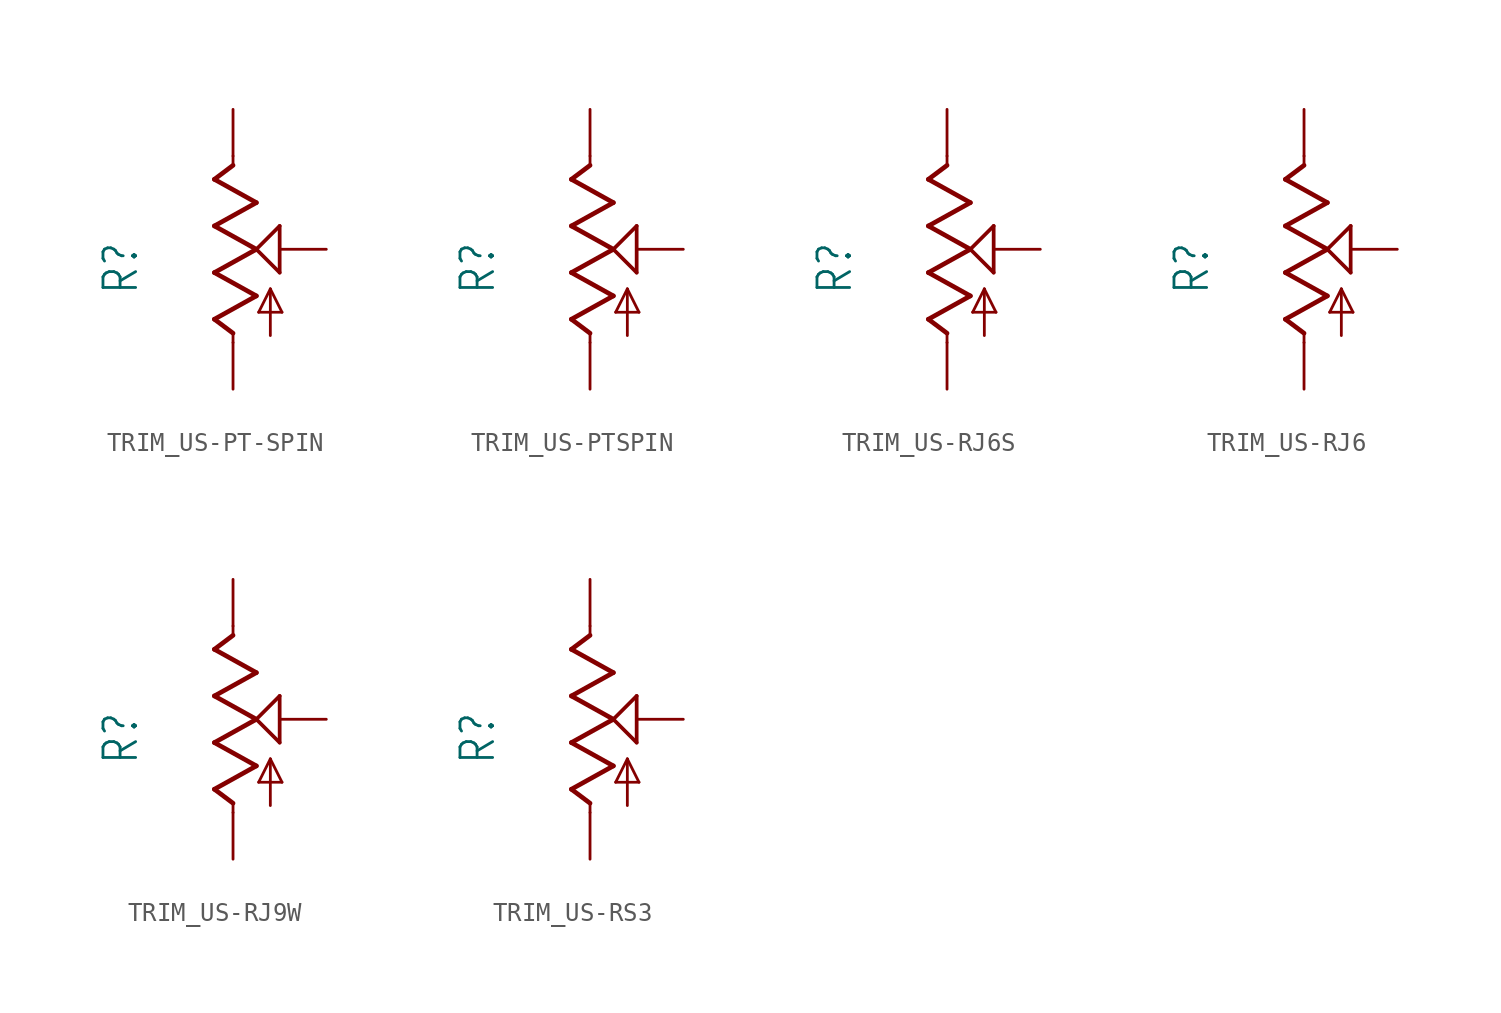
<source format=kicad_sym>
(kicad_symbol_lib
  (version 20231120)
  (generator "kicad_symbol_editor")
  (generator_version "8.0")
  (symbol "TRIM_US-PT-SPIN"
    (property "Reference" "R"
      (at -5.08 -2.54 90)
      (effects (font (size 1.778 1.511)) (justify left bottom)))
    (property "Value" ""
      (at -2.54 -2.54 90)
      (effects (font (size 1.778 1.511)) (justify left bottom)))
    (property "ki_locked" ""
      (at 0 0 0)
      (effects (font (size 1.27 1.27))))
    (symbol "TRIM_US-PT-SPIN_1_0"
      (polyline (pts (xy -1.016 -3.81) (xy 1.27 -2.54)) (stroke (width 0.254) (type solid)) (fill (type none)))
      (polyline (pts (xy -1.016 -1.27) (xy 1.27 0)) (stroke (width 0.254) (type solid)) (fill (type none)))
      (polyline (pts (xy -1.016 1.27) (xy 1.27 2.54)) (stroke (width 0.254) (type solid)) (fill (type none)))
      (polyline (pts (xy -1.016 3.81) (xy 0 4.572)) (stroke (width 0.254) (type solid)) (fill (type none)))
      (polyline (pts (xy 0 -5.08) (xy 0 -4.572)) (stroke (width 0.152) (type solid)) (fill (type none)))
      (polyline (pts (xy 0 -4.572) (xy -1.016 -3.81)) (stroke (width 0.254) (type solid)) (fill (type none)))
      (polyline (pts (xy 0 4.572) (xy 0 5.08)) (stroke (width 0.152) (type solid)) (fill (type none)))
      (polyline (pts (xy 1.27 -2.54) (xy -1.016 -1.27)) (stroke (width 0.254) (type solid)) (fill (type none)))
      (polyline (pts (xy 1.27 0) (xy -1.016 1.27)) (stroke (width 0.254) (type solid)) (fill (type none)))
      (polyline (pts (xy 1.27 0) (xy 2.54 1.27)) (stroke (width 0.203) (type solid)) (fill (type none)))
      (polyline (pts (xy 1.27 2.54) (xy -1.016 3.81)) (stroke (width 0.254) (type solid)) (fill (type none)))
      (polyline (pts (xy 1.397 -3.429) (xy 2.032 -2.159)) (stroke (width 0.152) (type solid)) (fill (type none)))
      (polyline (pts (xy 2.032 -4.699) (xy 2.032 -2.159)) (stroke (width 0.152) (type solid)) (fill (type none)))
      (polyline (pts (xy 2.032 -2.159) (xy 2.667 -3.429)) (stroke (width 0.152) (type solid)) (fill (type none)))
      (polyline (pts (xy 2.54 -1.27) (xy 1.27 0)) (stroke (width 0.203) (type solid)) (fill (type none)))
      (polyline (pts (xy 2.54 1.27) (xy 2.54 -1.27)) (stroke (width 0.203) (type solid)) (fill (type none)))
      (polyline (pts (xy 2.667 -3.429) (xy 1.397 -3.429)) (stroke (width 0.152) (type solid)) (fill (type none)))
      (pin passive line (at 0 -7.62 90) (length 2.54) (name "A" (effects (font (size 0 0)))) (number "A" (effects (font (size 0 0)))))
      (pin passive line (at 0 7.62 270) (length 2.54) (name "E" (effects (font (size 0 0)))) (number "E" (effects (font (size 0 0)))))
      (pin passive line (at 5.08 0 180) (length 2.54) (name "S" (effects (font (size 0 0)))) (number "S" (effects (font (size 0 0)))))))
  (symbol "TRIM_US-PTSPIN"
    (property "Reference" "R"
      (at -5.08 -2.54 90)
      (effects (font (size 1.778 1.511)) (justify left bottom)))
    (property "Value" ""
      (at -2.54 -2.54 90)
      (effects (font (size 1.778 1.511)) (justify left bottom)))
    (property "ki_locked" ""
      (at 0 0 0)
      (effects (font (size 1.27 1.27))))
    (symbol "TRIM_US-PTSPIN_1_0"
      (polyline (pts (xy -1.016 -3.81) (xy 1.27 -2.54)) (stroke (width 0.254) (type solid)) (fill (type none)))
      (polyline (pts (xy -1.016 -1.27) (xy 1.27 0)) (stroke (width 0.254) (type solid)) (fill (type none)))
      (polyline (pts (xy -1.016 1.27) (xy 1.27 2.54)) (stroke (width 0.254) (type solid)) (fill (type none)))
      (polyline (pts (xy -1.016 3.81) (xy 0 4.572)) (stroke (width 0.254) (type solid)) (fill (type none)))
      (polyline (pts (xy 0 -5.08) (xy 0 -4.572)) (stroke (width 0.152) (type solid)) (fill (type none)))
      (polyline (pts (xy 0 -4.572) (xy -1.016 -3.81)) (stroke (width 0.254) (type solid)) (fill (type none)))
      (polyline (pts (xy 0 4.572) (xy 0 5.08)) (stroke (width 0.152) (type solid)) (fill (type none)))
      (polyline (pts (xy 1.27 -2.54) (xy -1.016 -1.27)) (stroke (width 0.254) (type solid)) (fill (type none)))
      (polyline (pts (xy 1.27 0) (xy -1.016 1.27)) (stroke (width 0.254) (type solid)) (fill (type none)))
      (polyline (pts (xy 1.27 0) (xy 2.54 1.27)) (stroke (width 0.203) (type solid)) (fill (type none)))
      (polyline (pts (xy 1.27 2.54) (xy -1.016 3.81)) (stroke (width 0.254) (type solid)) (fill (type none)))
      (polyline (pts (xy 1.397 -3.429) (xy 2.032 -2.159)) (stroke (width 0.152) (type solid)) (fill (type none)))
      (polyline (pts (xy 2.032 -4.699) (xy 2.032 -2.159)) (stroke (width 0.152) (type solid)) (fill (type none)))
      (polyline (pts (xy 2.032 -2.159) (xy 2.667 -3.429)) (stroke (width 0.152) (type solid)) (fill (type none)))
      (polyline (pts (xy 2.54 -1.27) (xy 1.27 0)) (stroke (width 0.203) (type solid)) (fill (type none)))
      (polyline (pts (xy 2.54 1.27) (xy 2.54 -1.27)) (stroke (width 0.203) (type solid)) (fill (type none)))
      (polyline (pts (xy 2.667 -3.429) (xy 1.397 -3.429)) (stroke (width 0.152) (type solid)) (fill (type none)))
      (pin passive line (at 0 -7.62 90) (length 2.54) (name "A" (effects (font (size 0 0)))) (number "A" (effects (font (size 0 0)))))
      (pin passive line (at 0 7.62 270) (length 2.54) (name "E" (effects (font (size 0 0)))) (number "E" (effects (font (size 0 0)))))
      (pin passive line (at 5.08 0 180) (length 2.54) (name "S" (effects (font (size 0 0)))) (number "S" (effects (font (size 0 0)))))))
  (symbol "TRIM_US-RJ6S"
    (property "Reference" "R"
      (at -5.08 -2.54 90)
      (effects (font (size 1.778 1.511)) (justify left bottom)))
    (property "Value" ""
      (at -2.54 -2.54 90)
      (effects (font (size 1.778 1.511)) (justify left bottom)))
    (property "ki_locked" ""
      (at 0 0 0)
      (effects (font (size 1.27 1.27))))
    (symbol "TRIM_US-RJ6S_1_0"
      (polyline (pts (xy -1.016 -3.81) (xy 1.27 -2.54)) (stroke (width 0.254) (type solid)) (fill (type none)))
      (polyline (pts (xy -1.016 -1.27) (xy 1.27 0)) (stroke (width 0.254) (type solid)) (fill (type none)))
      (polyline (pts (xy -1.016 1.27) (xy 1.27 2.54)) (stroke (width 0.254) (type solid)) (fill (type none)))
      (polyline (pts (xy -1.016 3.81) (xy 0 4.572)) (stroke (width 0.254) (type solid)) (fill (type none)))
      (polyline (pts (xy 0 -5.08) (xy 0 -4.572)) (stroke (width 0.152) (type solid)) (fill (type none)))
      (polyline (pts (xy 0 -4.572) (xy -1.016 -3.81)) (stroke (width 0.254) (type solid)) (fill (type none)))
      (polyline (pts (xy 0 4.572) (xy 0 5.08)) (stroke (width 0.152) (type solid)) (fill (type none)))
      (polyline (pts (xy 1.27 -2.54) (xy -1.016 -1.27)) (stroke (width 0.254) (type solid)) (fill (type none)))
      (polyline (pts (xy 1.27 0) (xy -1.016 1.27)) (stroke (width 0.254) (type solid)) (fill (type none)))
      (polyline (pts (xy 1.27 0) (xy 2.54 1.27)) (stroke (width 0.203) (type solid)) (fill (type none)))
      (polyline (pts (xy 1.27 2.54) (xy -1.016 3.81)) (stroke (width 0.254) (type solid)) (fill (type none)))
      (polyline (pts (xy 1.397 -3.429) (xy 2.032 -2.159)) (stroke (width 0.152) (type solid)) (fill (type none)))
      (polyline (pts (xy 2.032 -4.699) (xy 2.032 -2.159)) (stroke (width 0.152) (type solid)) (fill (type none)))
      (polyline (pts (xy 2.032 -2.159) (xy 2.667 -3.429)) (stroke (width 0.152) (type solid)) (fill (type none)))
      (polyline (pts (xy 2.54 -1.27) (xy 1.27 0)) (stroke (width 0.203) (type solid)) (fill (type none)))
      (polyline (pts (xy 2.54 1.27) (xy 2.54 -1.27)) (stroke (width 0.203) (type solid)) (fill (type none)))
      (polyline (pts (xy 2.667 -3.429) (xy 1.397 -3.429)) (stroke (width 0.152) (type solid)) (fill (type none)))
      (pin passive line (at 0 -7.62 90) (length 2.54) (name "A" (effects (font (size 0 0)))) (number "A" (effects (font (size 0 0)))))
      (pin passive line (at 0 7.62 270) (length 2.54) (name "E" (effects (font (size 0 0)))) (number "E" (effects (font (size 0 0)))))
      (pin passive line (at 5.08 0 180) (length 2.54) (name "S" (effects (font (size 0 0)))) (number "S" (effects (font (size 0 0)))))))
  (symbol "TRIM_US-RJ6"
    (property "Reference" "R"
      (at -5.08 -2.54 90)
      (effects (font (size 1.778 1.511)) (justify left bottom)))
    (property "Value" ""
      (at -2.54 -2.54 90)
      (effects (font (size 1.778 1.511)) (justify left bottom)))
    (property "ki_locked" ""
      (at 0 0 0)
      (effects (font (size 1.27 1.27))))
    (symbol "TRIM_US-RJ6_1_0"
      (polyline (pts (xy -1.016 -3.81) (xy 1.27 -2.54)) (stroke (width 0.254) (type solid)) (fill (type none)))
      (polyline (pts (xy -1.016 -1.27) (xy 1.27 0)) (stroke (width 0.254) (type solid)) (fill (type none)))
      (polyline (pts (xy -1.016 1.27) (xy 1.27 2.54)) (stroke (width 0.254) (type solid)) (fill (type none)))
      (polyline (pts (xy -1.016 3.81) (xy 0 4.572)) (stroke (width 0.254) (type solid)) (fill (type none)))
      (polyline (pts (xy 0 -5.08) (xy 0 -4.572)) (stroke (width 0.152) (type solid)) (fill (type none)))
      (polyline (pts (xy 0 -4.572) (xy -1.016 -3.81)) (stroke (width 0.254) (type solid)) (fill (type none)))
      (polyline (pts (xy 0 4.572) (xy 0 5.08)) (stroke (width 0.152) (type solid)) (fill (type none)))
      (polyline (pts (xy 1.27 -2.54) (xy -1.016 -1.27)) (stroke (width 0.254) (type solid)) (fill (type none)))
      (polyline (pts (xy 1.27 0) (xy -1.016 1.27)) (stroke (width 0.254) (type solid)) (fill (type none)))
      (polyline (pts (xy 1.27 0) (xy 2.54 1.27)) (stroke (width 0.203) (type solid)) (fill (type none)))
      (polyline (pts (xy 1.27 2.54) (xy -1.016 3.81)) (stroke (width 0.254) (type solid)) (fill (type none)))
      (polyline (pts (xy 1.397 -3.429) (xy 2.032 -2.159)) (stroke (width 0.152) (type solid)) (fill (type none)))
      (polyline (pts (xy 2.032 -4.699) (xy 2.032 -2.159)) (stroke (width 0.152) (type solid)) (fill (type none)))
      (polyline (pts (xy 2.032 -2.159) (xy 2.667 -3.429)) (stroke (width 0.152) (type solid)) (fill (type none)))
      (polyline (pts (xy 2.54 -1.27) (xy 1.27 0)) (stroke (width 0.203) (type solid)) (fill (type none)))
      (polyline (pts (xy 2.54 1.27) (xy 2.54 -1.27)) (stroke (width 0.203) (type solid)) (fill (type none)))
      (polyline (pts (xy 2.667 -3.429) (xy 1.397 -3.429)) (stroke (width 0.152) (type solid)) (fill (type none)))
      (pin passive line (at 0 -7.62 90) (length 2.54) (name "A" (effects (font (size 0 0)))) (number "A" (effects (font (size 0 0)))))
      (pin passive line (at 0 7.62 270) (length 2.54) (name "E" (effects (font (size 0 0)))) (number "E" (effects (font (size 0 0)))))
      (pin passive line (at 5.08 0 180) (length 2.54) (name "S" (effects (font (size 0 0)))) (number "S" (effects (font (size 0 0)))))))
  (symbol "TRIM_US-RJ9W"
    (property "Reference" "R"
      (at -5.08 -2.54 90)
      (effects (font (size 1.778 1.511)) (justify left bottom)))
    (property "Value" ""
      (at -2.54 -2.54 90)
      (effects (font (size 1.778 1.511)) (justify left bottom)))
    (property "ki_locked" ""
      (at 0 0 0)
      (effects (font (size 1.27 1.27))))
    (symbol "TRIM_US-RJ9W_1_0"
      (polyline (pts (xy -1.016 -3.81) (xy 1.27 -2.54)) (stroke (width 0.254) (type solid)) (fill (type none)))
      (polyline (pts (xy -1.016 -1.27) (xy 1.27 0)) (stroke (width 0.254) (type solid)) (fill (type none)))
      (polyline (pts (xy -1.016 1.27) (xy 1.27 2.54)) (stroke (width 0.254) (type solid)) (fill (type none)))
      (polyline (pts (xy -1.016 3.81) (xy 0 4.572)) (stroke (width 0.254) (type solid)) (fill (type none)))
      (polyline (pts (xy 0 -5.08) (xy 0 -4.572)) (stroke (width 0.152) (type solid)) (fill (type none)))
      (polyline (pts (xy 0 -4.572) (xy -1.016 -3.81)) (stroke (width 0.254) (type solid)) (fill (type none)))
      (polyline (pts (xy 0 4.572) (xy 0 5.08)) (stroke (width 0.152) (type solid)) (fill (type none)))
      (polyline (pts (xy 1.27 -2.54) (xy -1.016 -1.27)) (stroke (width 0.254) (type solid)) (fill (type none)))
      (polyline (pts (xy 1.27 0) (xy -1.016 1.27)) (stroke (width 0.254) (type solid)) (fill (type none)))
      (polyline (pts (xy 1.27 0) (xy 2.54 1.27)) (stroke (width 0.203) (type solid)) (fill (type none)))
      (polyline (pts (xy 1.27 2.54) (xy -1.016 3.81)) (stroke (width 0.254) (type solid)) (fill (type none)))
      (polyline (pts (xy 1.397 -3.429) (xy 2.032 -2.159)) (stroke (width 0.152) (type solid)) (fill (type none)))
      (polyline (pts (xy 2.032 -4.699) (xy 2.032 -2.159)) (stroke (width 0.152) (type solid)) (fill (type none)))
      (polyline (pts (xy 2.032 -2.159) (xy 2.667 -3.429)) (stroke (width 0.152) (type solid)) (fill (type none)))
      (polyline (pts (xy 2.54 -1.27) (xy 1.27 0)) (stroke (width 0.203) (type solid)) (fill (type none)))
      (polyline (pts (xy 2.54 1.27) (xy 2.54 -1.27)) (stroke (width 0.203) (type solid)) (fill (type none)))
      (polyline (pts (xy 2.667 -3.429) (xy 1.397 -3.429)) (stroke (width 0.152) (type solid)) (fill (type none)))
      (pin passive line (at 0 -7.62 90) (length 2.54) (name "A" (effects (font (size 0 0)))) (number "A" (effects (font (size 0 0)))))
      (pin passive line (at 0 7.62 270) (length 2.54) (name "E" (effects (font (size 0 0)))) (number "E" (effects (font (size 0 0)))))
      (pin passive line (at 5.08 0 180) (length 2.54) (name "S" (effects (font (size 0 0)))) (number "S" (effects (font (size 0 0)))))))
  (symbol "TRIM_US-RS3"
    (property "Reference" "R"
      (at -5.08 -2.54 90)
      (effects (font (size 1.778 1.511)) (justify left bottom)))
    (property "Value" ""
      (at -2.54 -2.54 90)
      (effects (font (size 1.778 1.511)) (justify left bottom)))
    (property "ki_locked" ""
      (at 0 0 0)
      (effects (font (size 1.27 1.27))))
    (symbol "TRIM_US-RS3_1_0"
      (polyline (pts (xy -1.016 -3.81) (xy 1.27 -2.54)) (stroke (width 0.254) (type solid)) (fill (type none)))
      (polyline (pts (xy -1.016 -1.27) (xy 1.27 0)) (stroke (width 0.254) (type solid)) (fill (type none)))
      (polyline (pts (xy -1.016 1.27) (xy 1.27 2.54)) (stroke (width 0.254) (type solid)) (fill (type none)))
      (polyline (pts (xy -1.016 3.81) (xy 0 4.572)) (stroke (width 0.254) (type solid)) (fill (type none)))
      (polyline (pts (xy 0 -5.08) (xy 0 -4.572)) (stroke (width 0.152) (type solid)) (fill (type none)))
      (polyline (pts (xy 0 -4.572) (xy -1.016 -3.81)) (stroke (width 0.254) (type solid)) (fill (type none)))
      (polyline (pts (xy 0 4.572) (xy 0 5.08)) (stroke (width 0.152) (type solid)) (fill (type none)))
      (polyline (pts (xy 1.27 -2.54) (xy -1.016 -1.27)) (stroke (width 0.254) (type solid)) (fill (type none)))
      (polyline (pts (xy 1.27 0) (xy -1.016 1.27)) (stroke (width 0.254) (type solid)) (fill (type none)))
      (polyline (pts (xy 1.27 0) (xy 2.54 1.27)) (stroke (width 0.203) (type solid)) (fill (type none)))
      (polyline (pts (xy 1.27 2.54) (xy -1.016 3.81)) (stroke (width 0.254) (type solid)) (fill (type none)))
      (polyline (pts (xy 1.397 -3.429) (xy 2.032 -2.159)) (stroke (width 0.152) (type solid)) (fill (type none)))
      (polyline (pts (xy 2.032 -4.699) (xy 2.032 -2.159)) (stroke (width 0.152) (type solid)) (fill (type none)))
      (polyline (pts (xy 2.032 -2.159) (xy 2.667 -3.429)) (stroke (width 0.152) (type solid)) (fill (type none)))
      (polyline (pts (xy 2.54 -1.27) (xy 1.27 0)) (stroke (width 0.203) (type solid)) (fill (type none)))
      (polyline (pts (xy 2.54 1.27) (xy 2.54 -1.27)) (stroke (width 0.203) (type solid)) (fill (type none)))
      (polyline (pts (xy 2.667 -3.429) (xy 1.397 -3.429)) (stroke (width 0.152) (type solid)) (fill (type none)))
      (pin passive line (at 0 -7.62 90) (length 2.54) (name "A" (effects (font (size 0 0)))) (number "A" (effects (font (size 0 0)))))
      (pin passive line (at 0 7.62 270) (length 2.54) (name "E" (effects (font (size 0 0)))) (number "E" (effects (font (size 0 0)))))
      (pin passive line (at 5.08 0 180) (length 2.54) (name "S" (effects (font (size 0 0)))) (number "S" (effects (font (size 0 0))))))))
</source>
